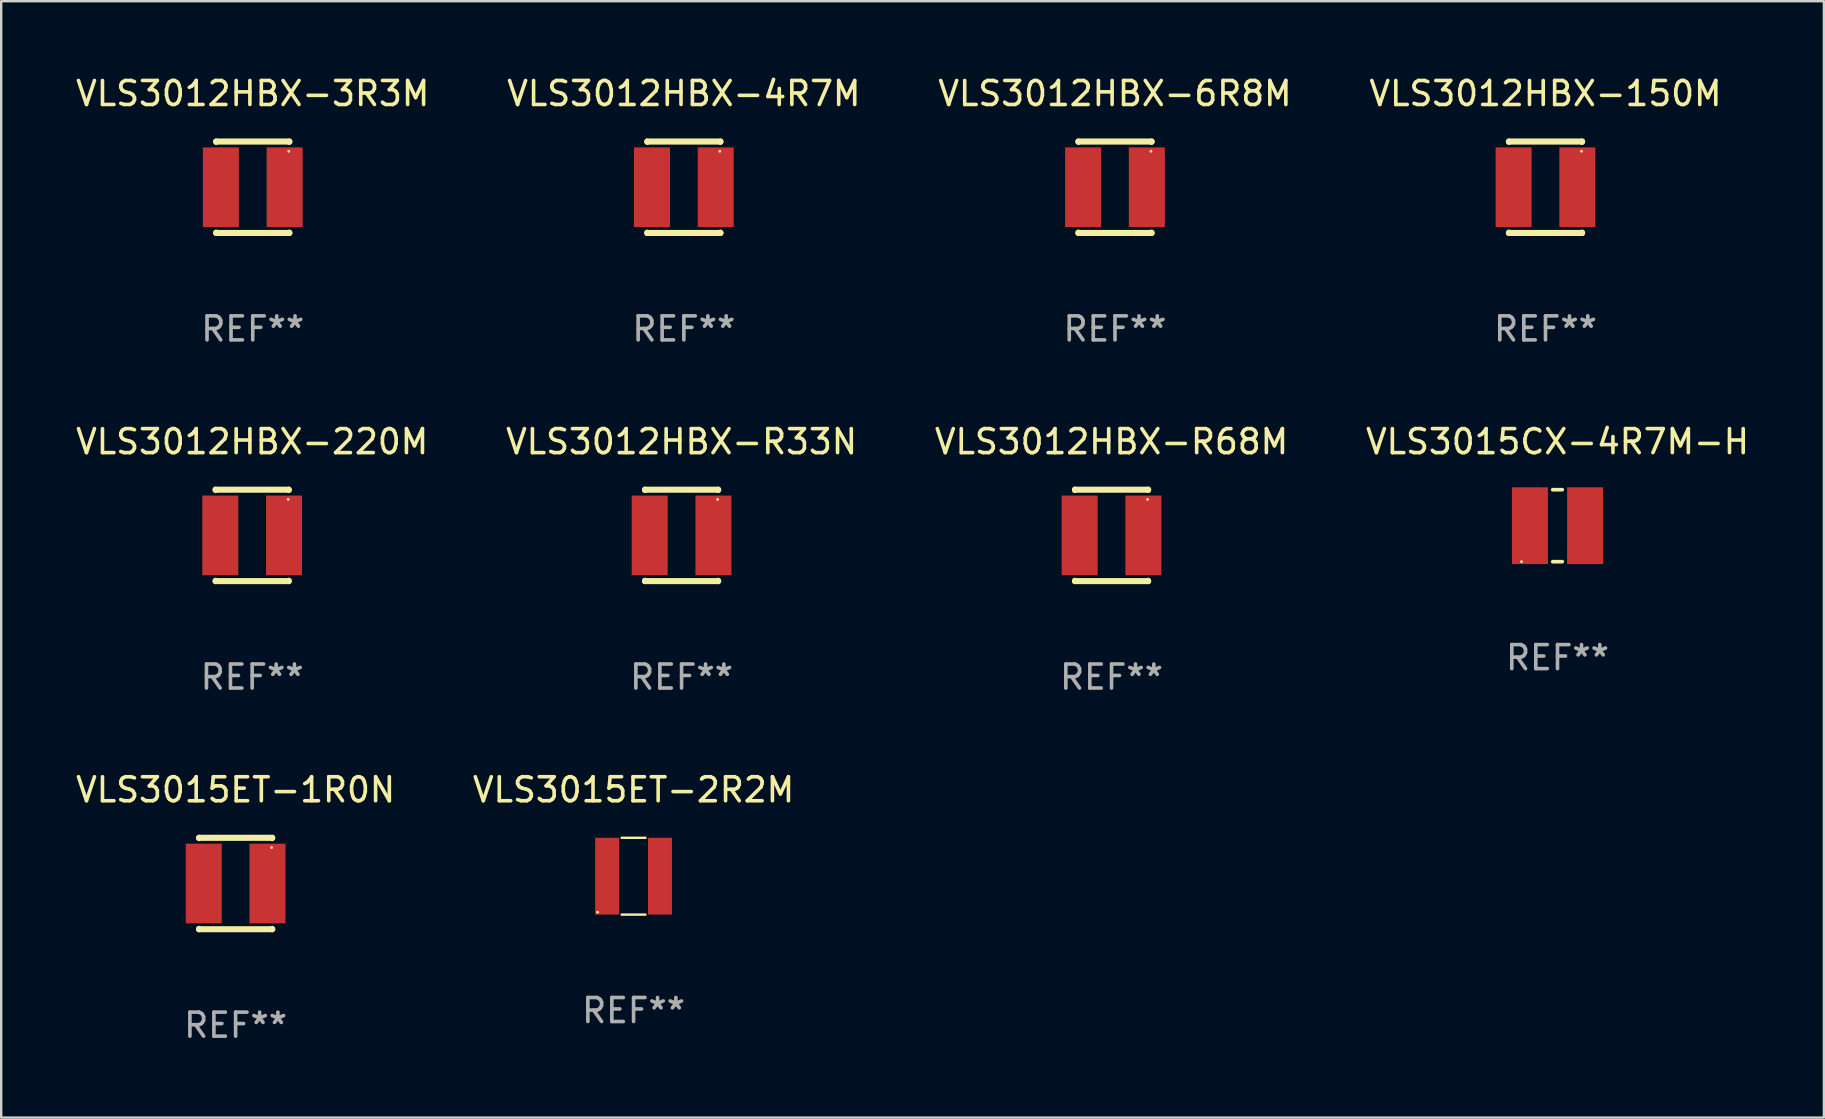
<source format=kicad_pcb>
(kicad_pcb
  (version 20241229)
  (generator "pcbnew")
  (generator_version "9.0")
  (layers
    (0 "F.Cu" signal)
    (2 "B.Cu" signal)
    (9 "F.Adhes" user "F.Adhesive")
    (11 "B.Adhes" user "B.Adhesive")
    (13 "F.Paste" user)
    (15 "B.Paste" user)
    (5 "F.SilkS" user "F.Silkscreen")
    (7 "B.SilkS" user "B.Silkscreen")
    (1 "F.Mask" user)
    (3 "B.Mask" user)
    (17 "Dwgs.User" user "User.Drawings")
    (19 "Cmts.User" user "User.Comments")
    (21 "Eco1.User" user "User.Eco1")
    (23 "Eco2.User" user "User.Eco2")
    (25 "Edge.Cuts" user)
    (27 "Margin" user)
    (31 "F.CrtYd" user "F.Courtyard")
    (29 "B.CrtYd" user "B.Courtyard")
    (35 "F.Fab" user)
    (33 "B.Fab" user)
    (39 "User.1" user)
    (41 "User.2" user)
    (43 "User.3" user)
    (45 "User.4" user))
  (footprint "VLS3012HBX-4R7M"
    (layer "F.Cu")
    (at 25.446 4.753)
    (property "Reference" "VLS3012HBX-4R7M" (at 0 -3.905 0) (layer "F.SilkS") (effects (font (size 1 1) (thickness 0.15))))
    (attr through_hole)
    (fp_line (start -1.524 -1.905) (end 1.524 -1.905) (stroke (width 0.254) (type solid)) (layer "F.SilkS"))
    (fp_line (start -1.524 -1.891) (end -1.524 -1.905) (stroke (width 0.254) (type solid)) (layer "F.SilkS"))
    (fp_line (start -1.524 1.905) (end -1.524 1.891) (stroke (width 0.254) (type solid)) (layer "F.SilkS"))
    (fp_line (start -1.524 1.905) (end 1.524 1.905) (stroke (width 0.254) (type solid)) (layer "F.SilkS"))
    (fp_line (start 1.524 -1.905) (end 1.524 -1.891) (stroke (width 0.254) (type solid)) (layer "F.SilkS"))
    (fp_line (start 1.524 1.891) (end 1.524 1.905) (stroke (width 0.254) (type solid)) (layer "F.SilkS"))
    (fp_circle (center 1.5 -1.5) (end 1.53 -1.5) (stroke (width 0.06) (type solid)) (fill no) (layer "F.SilkS"))
    (fp_text user "REF**" (at 0 5.905 0) (layer "F.Fab") (effects (font (size 1 1) (thickness 0.15))))
    (pad "1" smd rect (at 1.328 0) (size 1.5 3.32) (layers "F.Cu" "F.Mask" "F.Paste"))
    (pad "2" smd rect (at -1.328 0) (size 1.5 3.32) (layers "F.Cu" "F.Mask" "F.Paste")))
  (footprint "VLS3012HBX-R33N"
    (layer "F.Cu")
    (at 25.351 19.26)
    (property "Reference" "VLS3012HBX-R33N" (at 0 -3.905 0) (layer "F.SilkS") (effects (font (size 1 1) (thickness 0.15))))
    (attr through_hole)
    (fp_line (start -1.524 -1.905) (end 1.524 -1.905) (stroke (width 0.254) (type solid)) (layer "F.SilkS"))
    (fp_line (start -1.524 -1.891) (end -1.524 -1.905) (stroke (width 0.254) (type solid)) (layer "F.SilkS"))
    (fp_line (start -1.524 1.905) (end -1.524 1.891) (stroke (width 0.254) (type solid)) (layer "F.SilkS"))
    (fp_line (start -1.524 1.905) (end 1.524 1.905) (stroke (width 0.254) (type solid)) (layer "F.SilkS"))
    (fp_line (start 1.524 -1.905) (end 1.524 -1.891) (stroke (width 0.254) (type solid)) (layer "F.SilkS"))
    (fp_line (start 1.524 1.891) (end 1.524 1.905) (stroke (width 0.254) (type solid)) (layer "F.SilkS"))
    (fp_circle (center 1.5 -1.5) (end 1.53 -1.5) (stroke (width 0.06) (type solid)) (fill no) (layer "F.SilkS"))
    (fp_text user "REF**" (at 0 5.905 0) (layer "F.Fab") (effects (font (size 1 1) (thickness 0.15))))
    (pad "1" smd rect (at 1.328 0) (size 1.5 3.32) (layers "F.Cu" "F.Mask" "F.Paste"))
    (pad "2" smd rect (at -1.328 0) (size 1.5 3.32) (layers "F.Cu" "F.Mask" "F.Paste")))
  (footprint "VLS3012HBX-220M"
    (layer "F.Cu")
    (at 7.458 19.26)
    (property "Reference" "VLS3012HBX-220M" (at 0 -3.905 0) (layer "F.SilkS") (effects (font (size 1 1) (thickness 0.15))))
    (attr through_hole)
    (fp_line (start -1.524 -1.905) (end 1.524 -1.905) (stroke (width 0.254) (type solid)) (layer "F.SilkS"))
    (fp_line (start -1.524 -1.891) (end -1.524 -1.905) (stroke (width 0.254) (type solid)) (layer "F.SilkS"))
    (fp_line (start -1.524 1.905) (end -1.524 1.891) (stroke (width 0.254) (type solid)) (layer "F.SilkS"))
    (fp_line (start -1.524 1.905) (end 1.524 1.905) (stroke (width 0.254) (type solid)) (layer "F.SilkS"))
    (fp_line (start 1.524 -1.905) (end 1.524 -1.891) (stroke (width 0.254) (type solid)) (layer "F.SilkS"))
    (fp_line (start 1.524 1.891) (end 1.524 1.905) (stroke (width 0.254) (type solid)) (layer "F.SilkS"))
    (fp_circle (center 1.5 -1.5) (end 1.53 -1.5) (stroke (width 0.06) (type solid)) (fill no) (layer "F.SilkS"))
    (fp_text user "REF**" (at 0 5.905 0) (layer "F.Fab") (effects (font (size 1 1) (thickness 0.15))))
    (pad "1" smd rect (at 1.328 0) (size 1.5 3.32) (layers "F.Cu" "F.Mask" "F.Paste"))
    (pad "2" smd rect (at -1.328 0) (size 1.5 3.32) (layers "F.Cu" "F.Mask" "F.Paste")))
  (footprint "VLS3012HBX-6R8M"
    (layer "F.Cu")
    (at 43.411 4.753)
    (property "Reference" "VLS3012HBX-6R8M" (at 0 -3.905 0) (layer "F.SilkS") (effects (font (size 1 1) (thickness 0.15))))
    (attr through_hole)
    (fp_line (start -1.524 -1.905) (end 1.524 -1.905) (stroke (width 0.254) (type solid)) (layer "F.SilkS"))
    (fp_line (start -1.524 -1.891) (end -1.524 -1.905) (stroke (width 0.254) (type solid)) (layer "F.SilkS"))
    (fp_line (start -1.524 1.905) (end -1.524 1.891) (stroke (width 0.254) (type solid)) (layer "F.SilkS"))
    (fp_line (start -1.524 1.905) (end 1.524 1.905) (stroke (width 0.254) (type solid)) (layer "F.SilkS"))
    (fp_line (start 1.524 -1.905) (end 1.524 -1.891) (stroke (width 0.254) (type solid)) (layer "F.SilkS"))
    (fp_line (start 1.524 1.891) (end 1.524 1.905) (stroke (width 0.254) (type solid)) (layer "F.SilkS"))
    (fp_circle (center 1.5 -1.5) (end 1.53 -1.5) (stroke (width 0.06) (type solid)) (fill no) (layer "F.SilkS"))
    (fp_text user "REF**" (at 0 5.905 0) (layer "F.Fab") (effects (font (size 1 1) (thickness 0.15))))
    (pad "1" smd rect (at 1.328 0) (size 1.5 3.32) (layers "F.Cu" "F.Mask" "F.Paste"))
    (pad "2" smd rect (at -1.328 0) (size 1.5 3.32) (layers "F.Cu" "F.Mask" "F.Paste")))
  (footprint "VLS3015CX-4R7M-H"
    (layer "F.Cu")
    (at 61.851 18.855)
    (property "Reference" "VLS3015CX-4R7M-H" (at 0 -3.5 0) (layer "F.SilkS") (effects (font (size 1 1) (thickness 0.15))))
    (attr through_hole)
    (fp_line (start -0.2 -1.5) (end 0.2 -1.5) (stroke (width 0.152) (type solid)) (layer "F.SilkS"))
    (fp_line (start 0.2 1.5) (end -0.2 1.5) (stroke (width 0.152) (type solid)) (layer "F.SilkS"))
    (fp_circle (center -1.5 1.5) (end -1.47 1.5) (stroke (width 0.06) (type solid)) (fill no) (layer "F.SilkS"))
    (fp_text user "REF**" (at 0 5.5 0) (layer "F.Fab") (effects (font (size 1 1) (thickness 0.15))))
    (pad "1" smd rect (at -1.15 -0.000025) (size 1.5 3.2) (layers "F.Cu" "F.Mask" "F.Paste"))
    (pad "2" smd rect (at 1.15 -0.000025) (size 1.5 3.2) (layers "F.Cu" "F.Mask" "F.Paste")))
  (footprint "VLS3012HBX-150M"
    (layer "F.Cu")
    (at 61.351 4.753)
    (property "Reference" "VLS3012HBX-150M" (at 0 -3.905 0) (layer "F.SilkS") (effects (font (size 1 1) (thickness 0.15))))
    (attr through_hole)
    (fp_line (start -1.524 -1.905) (end 1.524 -1.905) (stroke (width 0.254) (type solid)) (layer "F.SilkS"))
    (fp_line (start -1.524 -1.891) (end -1.524 -1.905) (stroke (width 0.254) (type solid)) (layer "F.SilkS"))
    (fp_line (start -1.524 1.905) (end -1.524 1.891) (stroke (width 0.254) (type solid)) (layer "F.SilkS"))
    (fp_line (start -1.524 1.905) (end 1.524 1.905) (stroke (width 0.254) (type solid)) (layer "F.SilkS"))
    (fp_line (start 1.524 -1.905) (end 1.524 -1.891) (stroke (width 0.254) (type solid)) (layer "F.SilkS"))
    (fp_line (start 1.524 1.891) (end 1.524 1.905) (stroke (width 0.254) (type solid)) (layer "F.SilkS"))
    (fp_circle (center 1.5 -1.5) (end 1.53 -1.5) (stroke (width 0.06) (type solid)) (fill no) (layer "F.SilkS"))
    (fp_text user "REF**" (at 0 5.905 0) (layer "F.Fab") (effects (font (size 1 1) (thickness 0.15))))
    (pad "1" smd rect (at 1.328 0) (size 1.5 3.32) (layers "F.Cu" "F.Mask" "F.Paste"))
    (pad "2" smd rect (at -1.328 0) (size 1.5 3.32) (layers "F.Cu" "F.Mask" "F.Paste")))
  (footprint "VLS3012HBX-3R3M"
    (layer "F.Cu")
    (at 7.482 4.753)
    (property "Reference" "VLS3012HBX-3R3M" (at 0 -3.905 0) (layer "F.SilkS") (effects (font (size 1 1) (thickness 0.15))))
    (attr through_hole)
    (fp_line (start -1.524 -1.905) (end 1.524 -1.905) (stroke (width 0.254) (type solid)) (layer "F.SilkS"))
    (fp_line (start -1.524 -1.891) (end -1.524 -1.905) (stroke (width 0.254) (type solid)) (layer "F.SilkS"))
    (fp_line (start -1.524 1.905) (end -1.524 1.891) (stroke (width 0.254) (type solid)) (layer "F.SilkS"))
    (fp_line (start -1.524 1.905) (end 1.524 1.905) (stroke (width 0.254) (type solid)) (layer "F.SilkS"))
    (fp_line (start 1.524 -1.905) (end 1.524 -1.891) (stroke (width 0.254) (type solid)) (layer "F.SilkS"))
    (fp_line (start 1.524 1.891) (end 1.524 1.905) (stroke (width 0.254) (type solid)) (layer "F.SilkS"))
    (fp_circle (center 1.5 -1.5) (end 1.53 -1.5) (stroke (width 0.06) (type solid)) (fill no) (layer "F.SilkS"))
    (fp_text user "REF**" (at 0 5.905 0) (layer "F.Fab") (effects (font (size 1 1) (thickness 0.15))))
    (pad "1" smd rect (at 1.328 0) (size 1.5 3.32) (layers "F.Cu" "F.Mask" "F.Paste"))
    (pad "2" smd rect (at -1.328 0) (size 1.5 3.32) (layers "F.Cu" "F.Mask" "F.Paste")))
  (footprint "VLS3015ET-1R0N"
    (layer "F.Cu")
    (at 6.768 33.766)
    (property "Reference" "VLS3015ET-1R0N" (at 0 -3.905 0) (layer "F.SilkS") (effects (font (size 1 1) (thickness 0.15))))
    (attr through_hole)
    (fp_line (start -1.524 -1.905) (end 1.524 -1.905) (stroke (width 0.254) (type solid)) (layer "F.SilkS"))
    (fp_line (start -1.524 -1.891) (end -1.524 -1.905) (stroke (width 0.254) (type solid)) (layer "F.SilkS"))
    (fp_line (start -1.524 1.905) (end -1.524 1.891) (stroke (width 0.254) (type solid)) (layer "F.SilkS"))
    (fp_line (start -1.524 1.905) (end 1.524 1.905) (stroke (width 0.254) (type solid)) (layer "F.SilkS"))
    (fp_line (start 1.524 -1.905) (end 1.524 -1.891) (stroke (width 0.254) (type solid)) (layer "F.SilkS"))
    (fp_line (start 1.524 1.891) (end 1.524 1.905) (stroke (width 0.254) (type solid)) (layer "F.SilkS"))
    (fp_circle (center 1.5 -1.5) (end 1.53 -1.5) (stroke (width 0.06) (type solid)) (fill no) (layer "F.SilkS"))
    (fp_text user "REF**" (at 0 5.905 0) (layer "F.Fab") (effects (font (size 1 1) (thickness 0.15))))
    (pad "1" smd rect (at 1.328 0) (size 1.5 3.32) (layers "F.Cu" "F.Mask" "F.Paste"))
    (pad "2" smd rect (at -1.328 0) (size 1.5 3.32) (layers "F.Cu" "F.Mask" "F.Paste")))
  (footprint "VLS3015ET-2R2M"
    (layer "F.Cu")
    (at 23.351 33.461)
    (property "Reference" "VLS3015ET-2R2M" (at 0 -3.6 0) (layer "F.SilkS") (effects (font (size 1 1) (thickness 0.15))))
    (attr through_hole)
    (fp_line (start -0.496 -1.6) (end 0.495 -1.6) (stroke (width 0.102) (type solid)) (layer "F.SilkS"))
    (fp_line (start -0.496 1.6) (end 0.495 1.6) (stroke (width 0.102) (type solid)) (layer "F.SilkS"))
    (fp_circle (center -1.5 1.5) (end -1.47 1.5) (stroke (width 0.06) (type solid)) (fill no) (layer "F.SilkS"))
    (fp_text user "REF**" (at 0 5.6 0) (layer "F.Fab") (effects (font (size 1 1) (thickness 0.15))))
    (pad "1" smd rect (at -1.1 0) (size 1 3.2) (layers "F.Cu" "F.Mask" "F.Paste"))
    (pad "2" smd rect (at 1.1 0) (size 1 3.2) (layers "F.Cu" "F.Mask" "F.Paste")))
  (footprint "VLS3012HBX-R68M"
    (layer "F.Cu")
    (at 43.268 19.26)
    (property "Reference" "VLS3012HBX-R68M" (at 0 -3.905 0) (layer "F.SilkS") (effects (font (size 1 1) (thickness 0.15))))
    (attr through_hole)
    (fp_line (start -1.524 -1.905) (end 1.524 -1.905) (stroke (width 0.254) (type solid)) (layer "F.SilkS"))
    (fp_line (start -1.524 -1.891) (end -1.524 -1.905) (stroke (width 0.254) (type solid)) (layer "F.SilkS"))
    (fp_line (start -1.524 1.905) (end -1.524 1.891) (stroke (width 0.254) (type solid)) (layer "F.SilkS"))
    (fp_line (start -1.524 1.905) (end 1.524 1.905) (stroke (width 0.254) (type solid)) (layer "F.SilkS"))
    (fp_line (start 1.524 -1.905) (end 1.524 -1.891) (stroke (width 0.254) (type solid)) (layer "F.SilkS"))
    (fp_line (start 1.524 1.891) (end 1.524 1.905) (stroke (width 0.254) (type solid)) (layer "F.SilkS"))
    (fp_circle (center 1.5 -1.5) (end 1.53 -1.5) (stroke (width 0.06) (type solid)) (fill no) (layer "F.SilkS"))
    (fp_text user "REF**" (at 0 5.905 0) (layer "F.Fab") (effects (font (size 1 1) (thickness 0.15))))
    (pad "1" smd rect (at 1.328 0) (size 1.5 3.32) (layers "F.Cu" "F.Mask" "F.Paste"))
    (pad "2" smd rect (at -1.328 0) (size 1.5 3.32) (layers "F.Cu" "F.Mask" "F.Paste")))
  (gr_rect
    (start -3 -3)
    (end 72.952 43.52)
    (stroke (width 0.1) (type default))
    (fill no)
    (layer "Edge.Cuts")))
</source>
